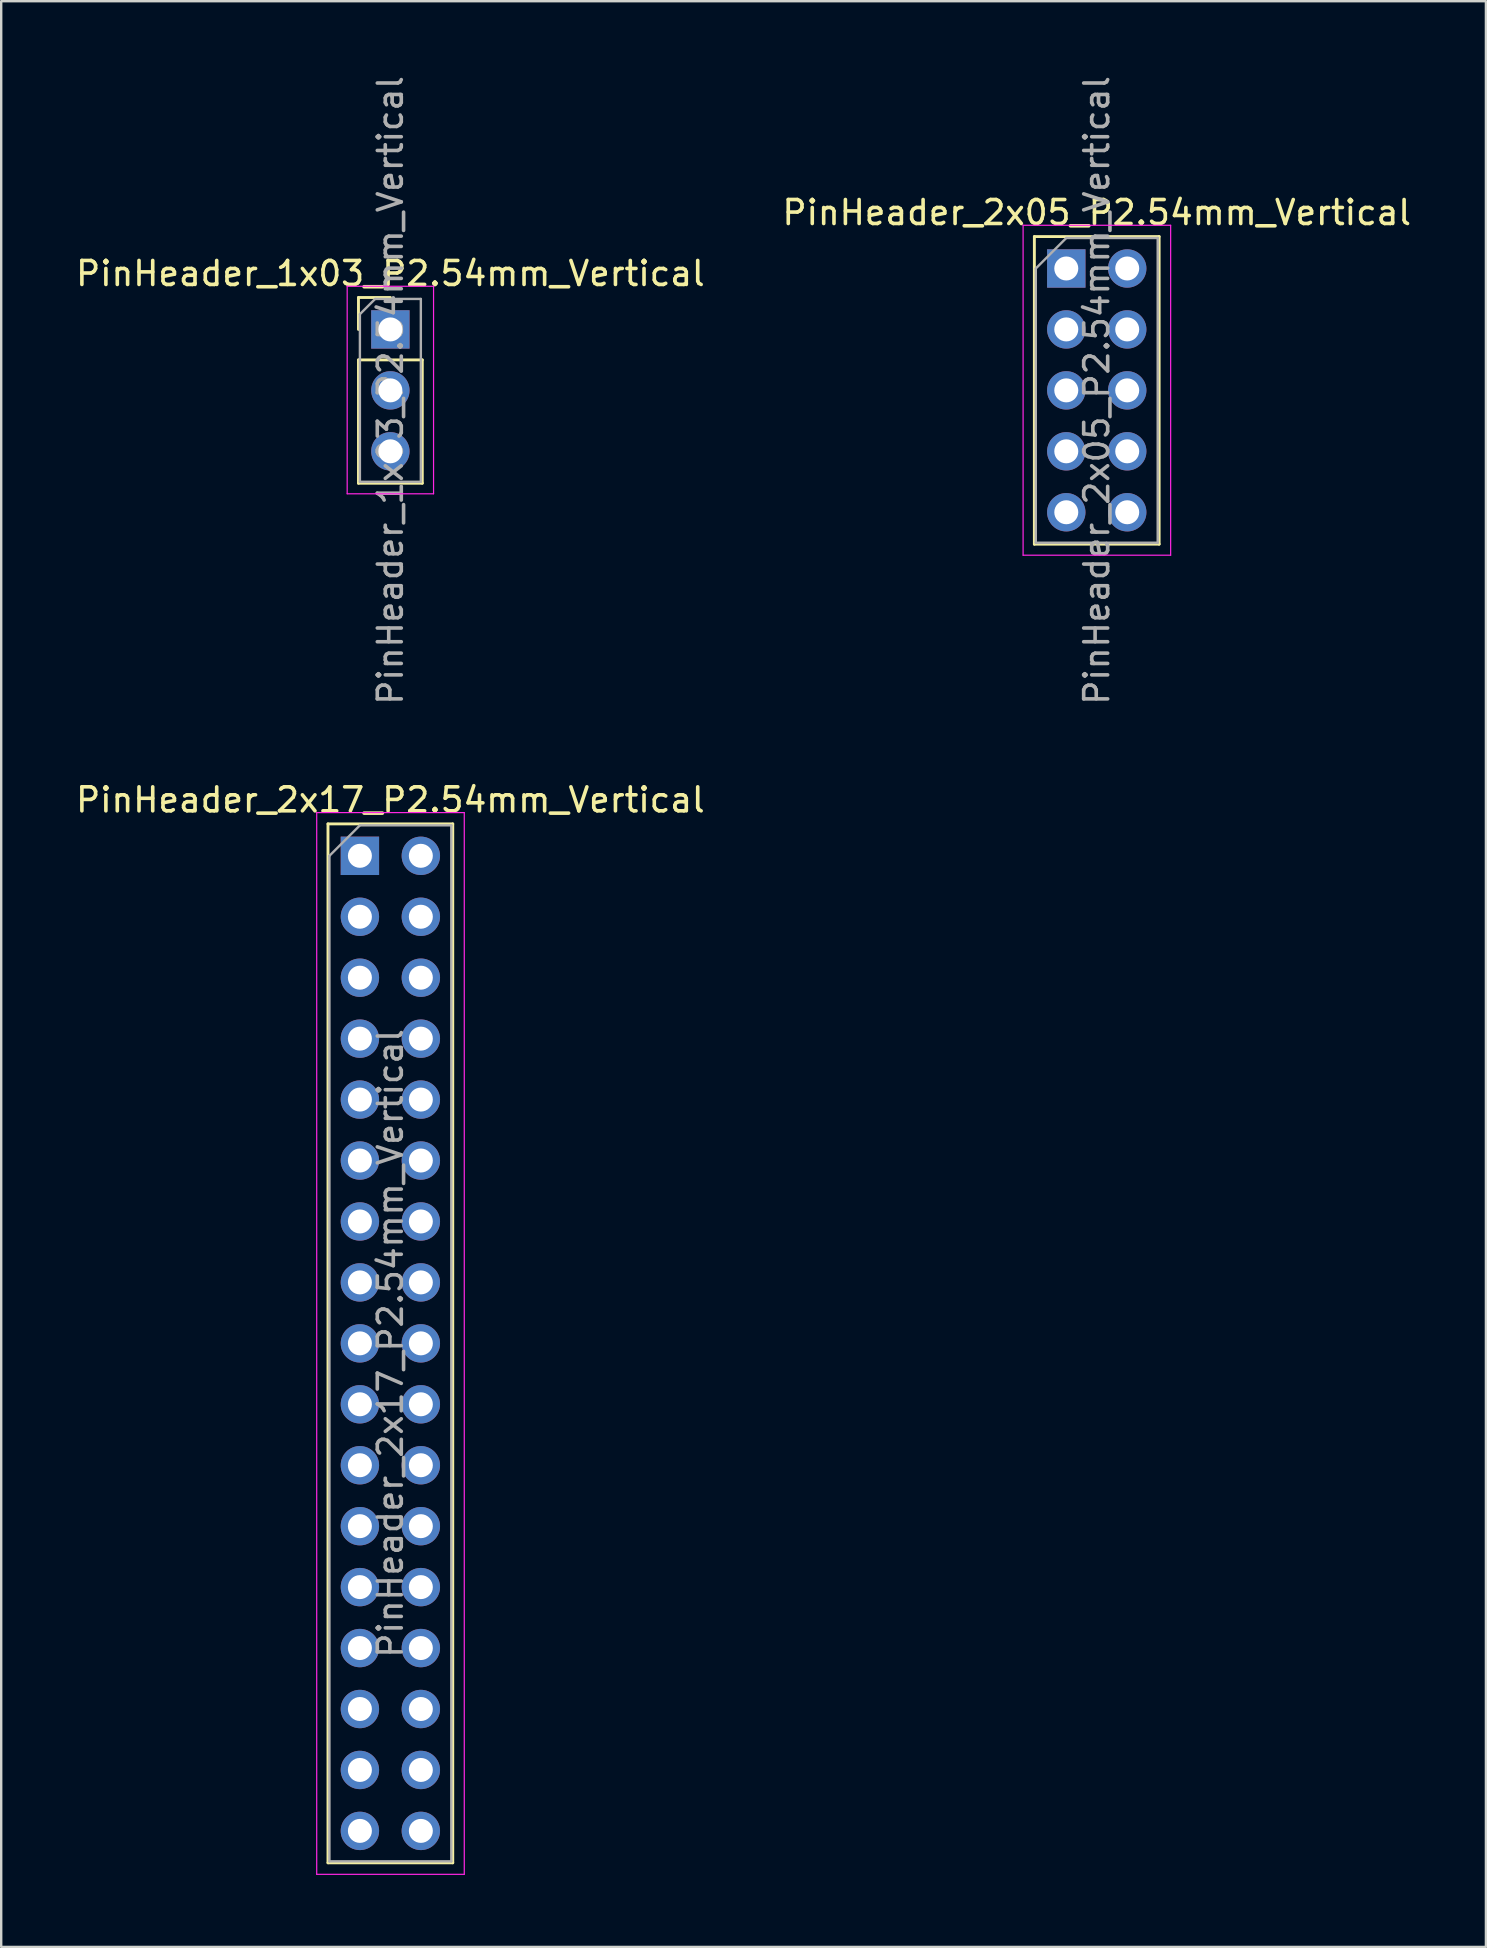
<source format=kicad_pcb>
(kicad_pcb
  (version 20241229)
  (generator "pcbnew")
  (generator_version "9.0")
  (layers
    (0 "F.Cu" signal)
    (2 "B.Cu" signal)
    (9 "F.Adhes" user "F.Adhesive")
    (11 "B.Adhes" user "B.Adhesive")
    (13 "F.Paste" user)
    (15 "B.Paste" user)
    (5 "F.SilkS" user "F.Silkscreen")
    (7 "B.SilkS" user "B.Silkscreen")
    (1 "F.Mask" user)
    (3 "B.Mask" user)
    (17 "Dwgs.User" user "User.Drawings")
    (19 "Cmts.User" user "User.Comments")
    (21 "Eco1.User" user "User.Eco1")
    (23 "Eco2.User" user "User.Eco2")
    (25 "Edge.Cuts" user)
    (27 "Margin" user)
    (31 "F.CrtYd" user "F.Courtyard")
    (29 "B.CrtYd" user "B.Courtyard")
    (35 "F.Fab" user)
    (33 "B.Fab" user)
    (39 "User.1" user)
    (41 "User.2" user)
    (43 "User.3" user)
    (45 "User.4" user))
  (footprint "PinHeader_1x03_P2.54mm_Vertical"
    (layer "F.Cu")
    (at 13.22 10.68)
    (property "Reference" "PinHeader_1x03_P2.54mm_Vertical" (at 0 -2.33 0) (layer "F.SilkS") (effects (font (size 1 1) (thickness 0.15))))
    (attr through_hole)
    (fp_line (start -1.33 -1.33) (end 0 -1.33) (stroke (width 0.12) (type solid)) (layer "F.SilkS"))
    (fp_line (start -1.33 0) (end -1.33 -1.33) (stroke (width 0.12) (type solid)) (layer "F.SilkS"))
    (fp_line (start -1.33 1.27) (end -1.33 6.41) (stroke (width 0.12) (type solid)) (layer "F.SilkS"))
    (fp_line (start -1.33 1.27) (end 1.33 1.27) (stroke (width 0.12) (type solid)) (layer "F.SilkS"))
    (fp_line (start -1.33 6.41) (end 1.33 6.41) (stroke (width 0.12) (type solid)) (layer "F.SilkS"))
    (fp_line (start 1.33 1.27) (end 1.33 6.41) (stroke (width 0.12) (type solid)) (layer "F.SilkS"))
    (fp_line (start -1.8 -1.8) (end -1.8 6.85) (stroke (width 0.05) (type solid)) (layer "F.CrtYd"))
    (fp_line (start -1.8 6.85) (end 1.8 6.85) (stroke (width 0.05) (type solid)) (layer "F.CrtYd"))
    (fp_line (start 1.8 -1.8) (end -1.8 -1.8) (stroke (width 0.05) (type solid)) (layer "F.CrtYd"))
    (fp_line (start 1.8 6.85) (end 1.8 -1.8) (stroke (width 0.05) (type solid)) (layer "F.CrtYd"))
    (fp_line (start -1.27 -0.635) (end -0.635 -1.27) (stroke (width 0.1) (type solid)) (layer "F.Fab"))
    (fp_line (start -1.27 6.35) (end -1.27 -0.635) (stroke (width 0.1) (type solid)) (layer "F.Fab"))
    (fp_line (start -0.635 -1.27) (end 1.27 -1.27) (stroke (width 0.1) (type solid)) (layer "F.Fab"))
    (fp_line (start 1.27 -1.27) (end 1.27 6.35) (stroke (width 0.1) (type solid)) (layer "F.Fab"))
    (fp_line (start 1.27 6.35) (end -1.27 6.35) (stroke (width 0.1) (type solid)) (layer "F.Fab"))
    (fp_text user "${REFERENCE}" (at 0 2.54 270) (layer "F.Fab") (effects (font (size 1 1) (thickness 0.15))))
    (pad "1" thru_hole rect (at 0 0) (size 1.6 1.6) (drill 1) (layers "*.Cu" "*.Mask"))
    (pad "2" thru_hole oval (at 0 2.54) (size 1.6 1.6) (drill 1) (layers "*.Cu" "*.Mask"))
    (pad "3" thru_hole oval (at 0 5.08) (size 1.6 1.6) (drill 1) (layers "*.Cu" "*.Mask")))
  (footprint "PinHeader_2x17_P2.54mm_Vertical"
    (layer "F.Cu")
    (at 11.95 32.619)
    (property "Reference" "PinHeader_2x17_P2.54mm_Vertical" (at 1.27 -2.33 180) (layer "F.SilkS") (effects (font (size 1 1) (thickness 0.15))))
    (attr through_hole)
    (fp_line (start -1.33 -1.33) (end -1.33 41.97) (stroke (width 0.12) (type solid)) (layer "F.SilkS"))
    (fp_line (start -1.33 -1.33) (end 3.87 -1.33) (stroke (width 0.12) (type solid)) (layer "F.SilkS"))
    (fp_line (start -1.33 41.97) (end 3.87 41.97) (stroke (width 0.12) (type solid)) (layer "F.SilkS"))
    (fp_line (start 3.87 -1.33) (end 3.87 41.97) (stroke (width 0.12) (type solid)) (layer "F.SilkS"))
    (fp_line (start -1.8 -1.8) (end -1.8 42.45) (stroke (width 0.05) (type solid)) (layer "F.CrtYd"))
    (fp_line (start -1.8 42.45) (end 4.35 42.45) (stroke (width 0.05) (type solid)) (layer "F.CrtYd"))
    (fp_line (start 4.35 -1.8) (end -1.8 -1.8) (stroke (width 0.05) (type solid)) (layer "F.CrtYd"))
    (fp_line (start 4.35 42.45) (end 4.35 -1.8) (stroke (width 0.05) (type solid)) (layer "F.CrtYd"))
    (fp_line (start -1.27 0) (end 0 -1.27) (stroke (width 0.1) (type solid)) (layer "F.Fab"))
    (fp_line (start -1.27 41.91) (end -1.27 0) (stroke (width 0.1) (type solid)) (layer "F.Fab"))
    (fp_line (start 0 -1.27) (end 3.81 -1.27) (stroke (width 0.1) (type solid)) (layer "F.Fab"))
    (fp_line (start 3.81 -1.27) (end 3.81 41.91) (stroke (width 0.1) (type solid)) (layer "F.Fab"))
    (fp_line (start 3.81 41.91) (end -1.27 41.91) (stroke (width 0.1) (type solid)) (layer "F.Fab"))
    (fp_text user "${REFERENCE}" (at 1.27 20.32 270) (layer "F.Fab") (effects (font (size 1 1) (thickness 0.15))))
    (pad "1" thru_hole rect (at 0 0) (size 1.6 1.6) (drill 1) (layers "*.Cu" "*.Mask"))
    (pad "2" thru_hole oval (at 2.54 0) (size 1.6 1.6) (drill 1) (layers "*.Cu" "*.Mask"))
    (pad "3" thru_hole oval (at 0 2.54) (size 1.6 1.6) (drill 1) (layers "*.Cu" "*.Mask"))
    (pad "4" thru_hole oval (at 2.54 2.54) (size 1.6 1.6) (drill 1) (layers "*.Cu" "*.Mask"))
    (pad "5" thru_hole oval (at 0 5.08) (size 1.6 1.6) (drill 1) (layers "*.Cu" "*.Mask"))
    (pad "6" thru_hole oval (at 2.54 5.08) (size 1.6 1.6) (drill 1) (layers "*.Cu" "*.Mask"))
    (pad "7" thru_hole oval (at 0 7.62) (size 1.6 1.6) (drill 1) (layers "*.Cu" "*.Mask"))
    (pad "8" thru_hole oval (at 2.54 7.62) (size 1.6 1.6) (drill 1) (layers "*.Cu" "*.Mask"))
    (pad "9" thru_hole oval (at 0 10.16) (size 1.6 1.6) (drill 1) (layers "*.Cu" "*.Mask"))
    (pad "10" thru_hole oval (at 2.54 10.16) (size 1.6 1.6) (drill 1) (layers "*.Cu" "*.Mask"))
    (pad "11" thru_hole oval (at 0 12.7) (size 1.6 1.6) (drill 1) (layers "*.Cu" "*.Mask"))
    (pad "12" thru_hole oval (at 2.54 12.7) (size 1.6 1.6) (drill 1) (layers "*.Cu" "*.Mask"))
    (pad "13" thru_hole oval (at 0 15.24) (size 1.6 1.6) (drill 1) (layers "*.Cu" "*.Mask"))
    (pad "14" thru_hole oval (at 2.54 15.24) (size 1.6 1.6) (drill 1) (layers "*.Cu" "*.Mask"))
    (pad "15" thru_hole oval (at 0 17.78) (size 1.6 1.6) (drill 1) (layers "*.Cu" "*.Mask"))
    (pad "16" thru_hole oval (at 2.54 17.78) (size 1.6 1.6) (drill 1) (layers "*.Cu" "*.Mask"))
    (pad "17" thru_hole oval (at 0 20.32) (size 1.6 1.6) (drill 1) (layers "*.Cu" "*.Mask"))
    (pad "18" thru_hole oval (at 2.54 20.32) (size 1.6 1.6) (drill 1) (layers "*.Cu" "*.Mask"))
    (pad "19" thru_hole oval (at 0 22.86) (size 1.6 1.6) (drill 1) (layers "*.Cu" "*.Mask"))
    (pad "20" thru_hole oval (at 2.54 22.86) (size 1.6 1.6) (drill 1) (layers "*.Cu" "*.Mask"))
    (pad "21" thru_hole oval (at 0 25.4) (size 1.6 1.6) (drill 1) (layers "*.Cu" "*.Mask"))
    (pad "22" thru_hole oval (at 2.54 25.4) (size 1.6 1.6) (drill 1) (layers "*.Cu" "*.Mask"))
    (pad "23" thru_hole oval (at 0 27.94) (size 1.6 1.6) (drill 1) (layers "*.Cu" "*.Mask"))
    (pad "24" thru_hole oval (at 2.54 27.94) (size 1.6 1.6) (drill 1) (layers "*.Cu" "*.Mask"))
    (pad "25" thru_hole oval (at 0 30.48) (size 1.6 1.6) (drill 1) (layers "*.Cu" "*.Mask"))
    (pad "26" thru_hole oval (at 2.54 30.48) (size 1.6 1.6) (drill 1) (layers "*.Cu" "*.Mask"))
    (pad "27" thru_hole oval (at 0 33.02) (size 1.6 1.6) (drill 1) (layers "*.Cu" "*.Mask"))
    (pad "28" thru_hole oval (at 2.54 33.02) (size 1.6 1.6) (drill 1) (layers "*.Cu" "*.Mask"))
    (pad "29" thru_hole oval (at 0 35.56) (size 1.6 1.6) (drill 1) (layers "*.Cu" "*.Mask"))
    (pad "30" thru_hole oval (at 2.54 35.56) (size 1.6 1.6) (drill 1) (layers "*.Cu" "*.Mask"))
    (pad "31" thru_hole oval (at 0 38.1) (size 1.6 1.6) (drill 1) (layers "*.Cu" "*.Mask"))
    (pad "32" thru_hole oval (at 2.54 38.1) (size 1.6 1.6) (drill 1) (layers "*.Cu" "*.Mask"))
    (pad "33" thru_hole oval (at 0 40.64) (size 1.6 1.6) (drill 1) (layers "*.Cu" "*.Mask"))
    (pad "34" thru_hole oval (at 2.54 40.64) (size 1.6 1.6) (drill 1) (layers "*.Cu" "*.Mask")))
  (footprint "PinHeader_2x05_P2.54mm_Vertical"
    (layer "F.Cu")
    (at 41.391 8.14)
    (property "Reference" "PinHeader_2x05_P2.54mm_Vertical" (at 1.27 -2.33 0) (layer "F.SilkS") (effects (font (size 1 1) (thickness 0.15))))
    (attr through_hole)
    (fp_line (start -1.33 -1.33) (end -1.33 11.49) (stroke (width 0.12) (type solid)) (layer "F.SilkS"))
    (fp_line (start -1.33 -1.33) (end 3.87 -1.33) (stroke (width 0.12) (type solid)) (layer "F.SilkS"))
    (fp_line (start -1.33 11.49) (end 3.87 11.49) (stroke (width 0.12) (type solid)) (layer "F.SilkS"))
    (fp_line (start 3.87 -1.33) (end 3.87 11.49) (stroke (width 0.12) (type solid)) (layer "F.SilkS"))
    (fp_line (start -1.8 -1.8) (end -1.8 11.95) (stroke (width 0.05) (type solid)) (layer "F.CrtYd"))
    (fp_line (start -1.8 11.95) (end 4.35 11.95) (stroke (width 0.05) (type solid)) (layer "F.CrtYd"))
    (fp_line (start 4.35 -1.8) (end -1.8 -1.8) (stroke (width 0.05) (type solid)) (layer "F.CrtYd"))
    (fp_line (start 4.35 11.95) (end 4.35 -1.8) (stroke (width 0.05) (type solid)) (layer "F.CrtYd"))
    (fp_line (start -1.27 0) (end 0 -1.27) (stroke (width 0.1) (type solid)) (layer "F.Fab"))
    (fp_line (start -1.27 11.43) (end -1.27 0) (stroke (width 0.1) (type solid)) (layer "F.Fab"))
    (fp_line (start 0 -1.27) (end 3.81 -1.27) (stroke (width 0.1) (type solid)) (layer "F.Fab"))
    (fp_line (start 3.81 -1.27) (end 3.81 11.43) (stroke (width 0.1) (type solid)) (layer "F.Fab"))
    (fp_line (start 3.81 11.43) (end -1.27 11.43) (stroke (width 0.1) (type solid)) (layer "F.Fab"))
    (fp_text user "${REFERENCE}" (at 1.27 5.08 270) (layer "F.Fab") (effects (font (size 1 1) (thickness 0.15))))
    (pad "1" thru_hole rect (at 0 0) (size 1.6 1.6) (drill 1) (layers "*.Cu" "*.Mask"))
    (pad "2" thru_hole oval (at 2.54 0) (size 1.6 1.6) (drill 1) (layers "*.Cu" "*.Mask"))
    (pad "3" thru_hole oval (at 0 2.54) (size 1.6 1.6) (drill 1) (layers "*.Cu" "*.Mask"))
    (pad "4" thru_hole oval (at 2.54 2.54) (size 1.6 1.6) (drill 1) (layers "*.Cu" "*.Mask"))
    (pad "5" thru_hole oval (at 0 5.08) (size 1.6 1.6) (drill 1) (layers "*.Cu" "*.Mask"))
    (pad "6" thru_hole oval (at 2.54 5.08) (size 1.6 1.6) (drill 1) (layers "*.Cu" "*.Mask"))
    (pad "7" thru_hole oval (at 0 7.62) (size 1.6 1.6) (drill 1) (layers "*.Cu" "*.Mask"))
    (pad "8" thru_hole oval (at 2.54 7.62) (size 1.6 1.6) (drill 1) (layers "*.Cu" "*.Mask"))
    (pad "9" thru_hole oval (at 0 10.16) (size 1.6 1.6) (drill 1) (layers "*.Cu" "*.Mask"))
    (pad "10" thru_hole oval (at 2.54 10.16) (size 1.6 1.6) (drill 1) (layers "*.Cu" "*.Mask")))
  (gr_rect
    (start -3 -3)
    (end 58.881 78.094)
    (stroke (width 0.1) (type default))
    (fill no)
    (layer "Edge.Cuts")))
</source>
